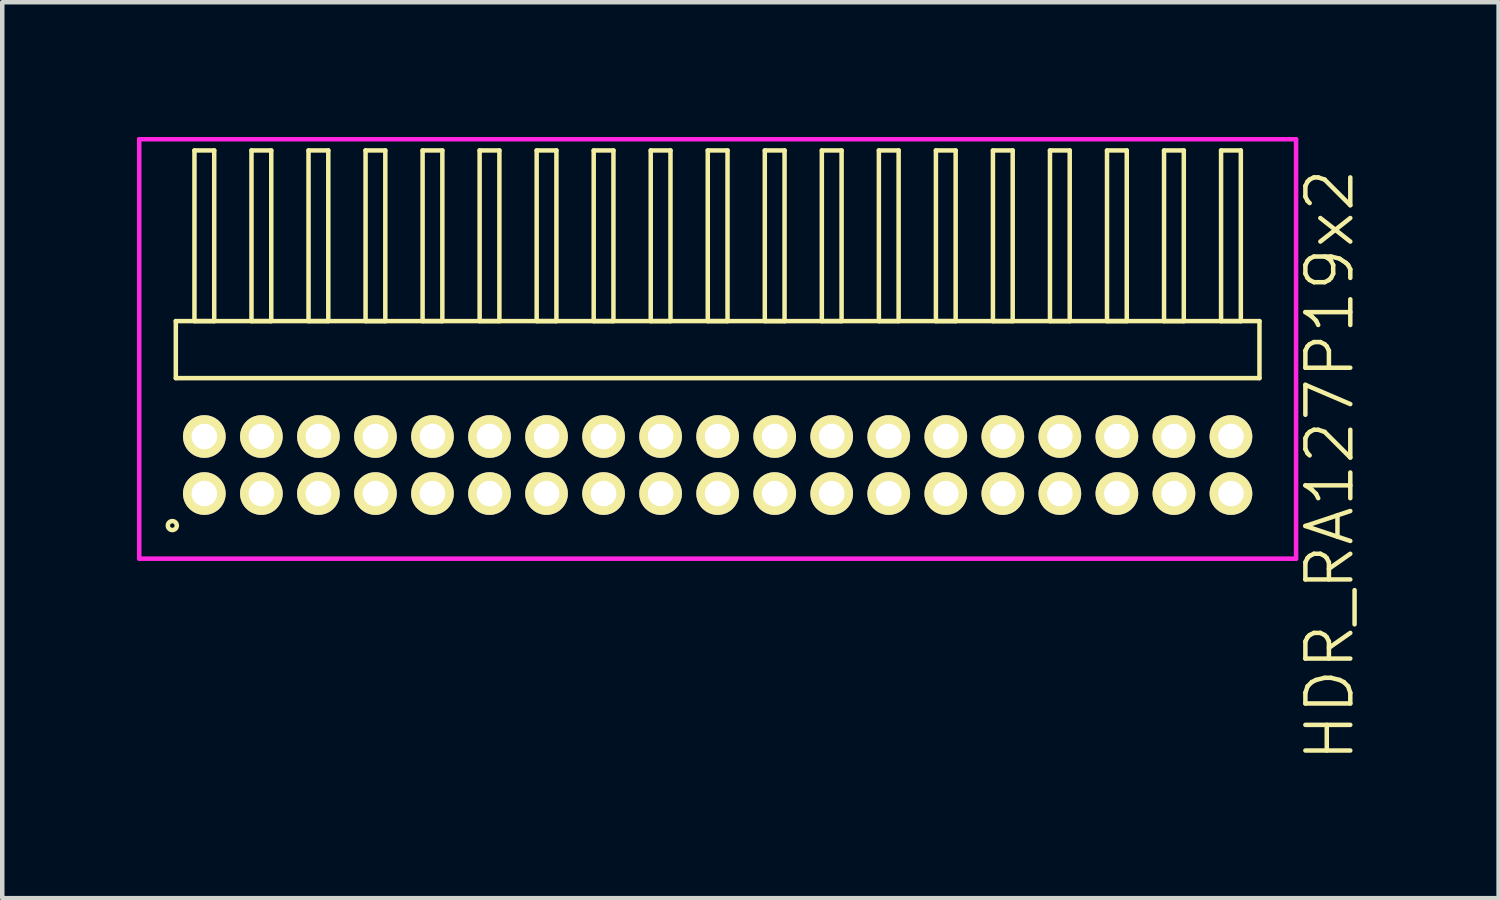
<source format=kicad_pcb>
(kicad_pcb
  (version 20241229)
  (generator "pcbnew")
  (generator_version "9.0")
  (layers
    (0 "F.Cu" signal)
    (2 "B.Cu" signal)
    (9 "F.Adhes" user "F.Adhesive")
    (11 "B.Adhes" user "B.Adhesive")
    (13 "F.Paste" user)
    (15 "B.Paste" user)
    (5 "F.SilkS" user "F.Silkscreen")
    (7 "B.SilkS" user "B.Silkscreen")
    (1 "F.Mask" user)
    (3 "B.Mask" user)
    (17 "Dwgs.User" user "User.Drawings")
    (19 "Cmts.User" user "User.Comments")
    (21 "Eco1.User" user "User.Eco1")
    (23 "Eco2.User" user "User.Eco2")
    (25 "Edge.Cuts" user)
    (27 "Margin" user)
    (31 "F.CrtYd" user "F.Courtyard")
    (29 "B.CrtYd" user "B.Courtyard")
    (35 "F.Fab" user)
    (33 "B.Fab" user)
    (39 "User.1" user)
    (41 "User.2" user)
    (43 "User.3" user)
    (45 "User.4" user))
  (footprint "HDR_RA127P19x2"
    (layer "F.Cu")
    (at 12.93 7.305)
    (property "Reference" "HDR_RA127P19x2" (at 13.63 0 90) (layer "F.SilkS") (effects (font (size 1 1) (thickness 0.1))))
    (attr through_hole)
    (fp_line (start -12.065 -3.205) (end -12.065 -1.935) (stroke (width 0.1) (type solid)) (layer "F.SilkS"))
    (fp_line (start -12.065 -1.935) (end 12.065 -1.935) (stroke (width 0.1) (type solid)) (layer "F.SilkS"))
    (fp_line (start -11.65 -7.005) (end -11.65 -3.205) (stroke (width 0.1) (type solid)) (layer "F.SilkS"))
    (fp_line (start -11.65 -3.205) (end -11.21 -3.205) (stroke (width 0.1) (type solid)) (layer "F.SilkS"))
    (fp_line (start -11.21 -7.005) (end -11.65 -7.005) (stroke (width 0.1) (type solid)) (layer "F.SilkS"))
    (fp_line (start -11.21 -3.205) (end -11.21 -7.005) (stroke (width 0.1) (type solid)) (layer "F.SilkS"))
    (fp_line (start -10.38 -7.005) (end -10.38 -3.205) (stroke (width 0.1) (type solid)) (layer "F.SilkS"))
    (fp_line (start -10.38 -3.205) (end -9.94 -3.205) (stroke (width 0.1) (type solid)) (layer "F.SilkS"))
    (fp_line (start -9.94 -7.005) (end -10.38 -7.005) (stroke (width 0.1) (type solid)) (layer "F.SilkS"))
    (fp_line (start -9.94 -3.205) (end -9.94 -7.005) (stroke (width 0.1) (type solid)) (layer "F.SilkS"))
    (fp_line (start -9.11 -7.005) (end -9.11 -3.205) (stroke (width 0.1) (type solid)) (layer "F.SilkS"))
    (fp_line (start -9.11 -3.205) (end -8.67 -3.205) (stroke (width 0.1) (type solid)) (layer "F.SilkS"))
    (fp_line (start -8.67 -7.005) (end -9.11 -7.005) (stroke (width 0.1) (type solid)) (layer "F.SilkS"))
    (fp_line (start -8.67 -3.205) (end -8.67 -7.005) (stroke (width 0.1) (type solid)) (layer "F.SilkS"))
    (fp_line (start -7.84 -7.005) (end -7.84 -3.205) (stroke (width 0.1) (type solid)) (layer "F.SilkS"))
    (fp_line (start -7.84 -3.205) (end -7.4 -3.205) (stroke (width 0.1) (type solid)) (layer "F.SilkS"))
    (fp_line (start -7.4 -7.005) (end -7.84 -7.005) (stroke (width 0.1) (type solid)) (layer "F.SilkS"))
    (fp_line (start -7.4 -3.205) (end -7.4 -7.005) (stroke (width 0.1) (type solid)) (layer "F.SilkS"))
    (fp_line (start -6.57 -7.005) (end -6.57 -3.205) (stroke (width 0.1) (type solid)) (layer "F.SilkS"))
    (fp_line (start -6.57 -3.205) (end -6.13 -3.205) (stroke (width 0.1) (type solid)) (layer "F.SilkS"))
    (fp_line (start -6.13 -7.005) (end -6.57 -7.005) (stroke (width 0.1) (type solid)) (layer "F.SilkS"))
    (fp_line (start -6.13 -3.205) (end -6.13 -7.005) (stroke (width 0.1) (type solid)) (layer "F.SilkS"))
    (fp_line (start -5.3 -7.005) (end -5.3 -3.205) (stroke (width 0.1) (type solid)) (layer "F.SilkS"))
    (fp_line (start -5.3 -3.205) (end -4.86 -3.205) (stroke (width 0.1) (type solid)) (layer "F.SilkS"))
    (fp_line (start -4.86 -7.005) (end -5.3 -7.005) (stroke (width 0.1) (type solid)) (layer "F.SilkS"))
    (fp_line (start -4.86 -3.205) (end -4.86 -7.005) (stroke (width 0.1) (type solid)) (layer "F.SilkS"))
    (fp_line (start -4.03 -7.005) (end -4.03 -3.205) (stroke (width 0.1) (type solid)) (layer "F.SilkS"))
    (fp_line (start -4.03 -3.205) (end -3.59 -3.205) (stroke (width 0.1) (type solid)) (layer "F.SilkS"))
    (fp_line (start -3.59 -7.005) (end -4.03 -7.005) (stroke (width 0.1) (type solid)) (layer "F.SilkS"))
    (fp_line (start -3.59 -3.205) (end -3.59 -7.005) (stroke (width 0.1) (type solid)) (layer "F.SilkS"))
    (fp_line (start -2.76 -7.005) (end -2.76 -3.205) (stroke (width 0.1) (type solid)) (layer "F.SilkS"))
    (fp_line (start -2.76 -3.205) (end -2.32 -3.205) (stroke (width 0.1) (type solid)) (layer "F.SilkS"))
    (fp_line (start -2.32 -7.005) (end -2.76 -7.005) (stroke (width 0.1) (type solid)) (layer "F.SilkS"))
    (fp_line (start -2.32 -3.205) (end -2.32 -7.005) (stroke (width 0.1) (type solid)) (layer "F.SilkS"))
    (fp_line (start -1.49 -7.005) (end -1.49 -3.205) (stroke (width 0.1) (type solid)) (layer "F.SilkS"))
    (fp_line (start -1.49 -3.205) (end -1.05 -3.205) (stroke (width 0.1) (type solid)) (layer "F.SilkS"))
    (fp_line (start -1.05 -7.005) (end -1.49 -7.005) (stroke (width 0.1) (type solid)) (layer "F.SilkS"))
    (fp_line (start -1.05 -3.205) (end -1.05 -7.005) (stroke (width 0.1) (type solid)) (layer "F.SilkS"))
    (fp_line (start -0.22 -7.005) (end -0.22 -3.205) (stroke (width 0.1) (type solid)) (layer "F.SilkS"))
    (fp_line (start -0.22 -3.205) (end 0.22 -3.205) (stroke (width 0.1) (type solid)) (layer "F.SilkS"))
    (fp_line (start 0.22 -7.005) (end -0.22 -7.005) (stroke (width 0.1) (type solid)) (layer "F.SilkS"))
    (fp_line (start 0.22 -3.205) (end 0.22 -7.005) (stroke (width 0.1) (type solid)) (layer "F.SilkS"))
    (fp_line (start 1.05 -7.005) (end 1.05 -3.205) (stroke (width 0.1) (type solid)) (layer "F.SilkS"))
    (fp_line (start 1.05 -3.205) (end 1.49 -3.205) (stroke (width 0.1) (type solid)) (layer "F.SilkS"))
    (fp_line (start 1.49 -7.005) (end 1.05 -7.005) (stroke (width 0.1) (type solid)) (layer "F.SilkS"))
    (fp_line (start 1.49 -3.205) (end 1.49 -7.005) (stroke (width 0.1) (type solid)) (layer "F.SilkS"))
    (fp_line (start 2.32 -7.005) (end 2.32 -3.205) (stroke (width 0.1) (type solid)) (layer "F.SilkS"))
    (fp_line (start 2.32 -3.205) (end 2.76 -3.205) (stroke (width 0.1) (type solid)) (layer "F.SilkS"))
    (fp_line (start 2.76 -7.005) (end 2.32 -7.005) (stroke (width 0.1) (type solid)) (layer "F.SilkS"))
    (fp_line (start 2.76 -3.205) (end 2.76 -7.005) (stroke (width 0.1) (type solid)) (layer "F.SilkS"))
    (fp_line (start 3.59 -7.005) (end 3.59 -3.205) (stroke (width 0.1) (type solid)) (layer "F.SilkS"))
    (fp_line (start 3.59 -3.205) (end 4.03 -3.205) (stroke (width 0.1) (type solid)) (layer "F.SilkS"))
    (fp_line (start 4.03 -7.005) (end 3.59 -7.005) (stroke (width 0.1) (type solid)) (layer "F.SilkS"))
    (fp_line (start 4.03 -3.205) (end 4.03 -7.005) (stroke (width 0.1) (type solid)) (layer "F.SilkS"))
    (fp_line (start 4.86 -7.005) (end 4.86 -3.205) (stroke (width 0.1) (type solid)) (layer "F.SilkS"))
    (fp_line (start 4.86 -3.205) (end 5.3 -3.205) (stroke (width 0.1) (type solid)) (layer "F.SilkS"))
    (fp_line (start 5.3 -7.005) (end 4.86 -7.005) (stroke (width 0.1) (type solid)) (layer "F.SilkS"))
    (fp_line (start 5.3 -3.205) (end 5.3 -7.005) (stroke (width 0.1) (type solid)) (layer "F.SilkS"))
    (fp_line (start 6.13 -7.005) (end 6.13 -3.205) (stroke (width 0.1) (type solid)) (layer "F.SilkS"))
    (fp_line (start 6.13 -3.205) (end 6.57 -3.205) (stroke (width 0.1) (type solid)) (layer "F.SilkS"))
    (fp_line (start 6.57 -7.005) (end 6.13 -7.005) (stroke (width 0.1) (type solid)) (layer "F.SilkS"))
    (fp_line (start 6.57 -3.205) (end 6.57 -7.005) (stroke (width 0.1) (type solid)) (layer "F.SilkS"))
    (fp_line (start 7.4 -7.005) (end 7.4 -3.205) (stroke (width 0.1) (type solid)) (layer "F.SilkS"))
    (fp_line (start 7.4 -3.205) (end 7.84 -3.205) (stroke (width 0.1) (type solid)) (layer "F.SilkS"))
    (fp_line (start 7.84 -7.005) (end 7.4 -7.005) (stroke (width 0.1) (type solid)) (layer "F.SilkS"))
    (fp_line (start 7.84 -3.205) (end 7.84 -7.005) (stroke (width 0.1) (type solid)) (layer "F.SilkS"))
    (fp_line (start 8.67 -7.005) (end 8.67 -3.205) (stroke (width 0.1) (type solid)) (layer "F.SilkS"))
    (fp_line (start 8.67 -3.205) (end 9.11 -3.205) (stroke (width 0.1) (type solid)) (layer "F.SilkS"))
    (fp_line (start 9.11 -7.005) (end 8.67 -7.005) (stroke (width 0.1) (type solid)) (layer "F.SilkS"))
    (fp_line (start 9.11 -3.205) (end 9.11 -7.005) (stroke (width 0.1) (type solid)) (layer "F.SilkS"))
    (fp_line (start 9.94 -7.005) (end 9.94 -3.205) (stroke (width 0.1) (type solid)) (layer "F.SilkS"))
    (fp_line (start 9.94 -3.205) (end 10.38 -3.205) (stroke (width 0.1) (type solid)) (layer "F.SilkS"))
    (fp_line (start 10.38 -7.005) (end 9.94 -7.005) (stroke (width 0.1) (type solid)) (layer "F.SilkS"))
    (fp_line (start 10.38 -3.205) (end 10.38 -7.005) (stroke (width 0.1) (type solid)) (layer "F.SilkS"))
    (fp_line (start 11.21 -7.005) (end 11.21 -3.205) (stroke (width 0.1) (type solid)) (layer "F.SilkS"))
    (fp_line (start 11.21 -3.205) (end 11.65 -3.205) (stroke (width 0.1) (type solid)) (layer "F.SilkS"))
    (fp_line (start 11.65 -7.005) (end 11.21 -7.005) (stroke (width 0.1) (type solid)) (layer "F.SilkS"))
    (fp_line (start 11.65 -3.205) (end 11.65 -7.005) (stroke (width 0.1) (type solid)) (layer "F.SilkS"))
    (fp_line (start 12.065 -3.205) (end -12.065 -3.205) (stroke (width 0.1) (type solid)) (layer "F.SilkS"))
    (fp_line (start 12.065 -1.935) (end 12.065 -3.205) (stroke (width 0.1) (type solid)) (layer "F.SilkS"))
    (fp_circle (center -12.143 1.348) (end -12.043 1.348) (stroke (width 0.1) (type solid)) (fill no) (layer "F.SilkS"))
    (fp_line (start -12.88 -7.255) (end -12.88 2.085) (stroke (width 0.1) (type solid)) (layer "F.CrtYd"))
    (fp_line (start -12.88 2.085) (end 12.88 2.085) (stroke (width 0.1) (type solid)) (layer "F.CrtYd"))
    (fp_line (start 12.88 -7.255) (end -12.88 -7.255) (stroke (width 0.1) (type solid)) (layer "F.CrtYd"))
    (fp_line (start 12.88 2.085) (end 12.88 -7.255) (stroke (width 0.1) (type solid)) (layer "F.CrtYd"))
    (pad "1" thru_hole oval (at -11.43 0.635) (size 0.95 0.95) (drill 0.57) (layers "*.Cu" "*.Mask" "F.SilkS"))
    (pad "2" thru_hole oval (at -11.43 -0.635) (size 0.95 0.95) (drill 0.57) (layers "*.Cu" "*.Mask" "F.SilkS"))
    (pad "3" thru_hole oval (at -10.16 0.635) (size 0.95 0.95) (drill 0.57) (layers "*.Cu" "*.Mask" "F.SilkS"))
    (pad "4" thru_hole oval (at -10.16 -0.635) (size 0.95 0.95) (drill 0.57) (layers "*.Cu" "*.Mask" "F.SilkS"))
    (pad "5" thru_hole oval (at -8.89 0.635) (size 0.95 0.95) (drill 0.57) (layers "*.Cu" "*.Mask" "F.SilkS"))
    (pad "6" thru_hole oval (at -8.89 -0.635) (size 0.95 0.95) (drill 0.57) (layers "*.Cu" "*.Mask" "F.SilkS"))
    (pad "7" thru_hole oval (at -7.62 0.635) (size 0.95 0.95) (drill 0.57) (layers "*.Cu" "*.Mask" "F.SilkS"))
    (pad "8" thru_hole oval (at -7.62 -0.635) (size 0.95 0.95) (drill 0.57) (layers "*.Cu" "*.Mask" "F.SilkS"))
    (pad "9" thru_hole oval (at -6.35 0.635) (size 0.95 0.95) (drill 0.57) (layers "*.Cu" "*.Mask" "F.SilkS"))
    (pad "10" thru_hole oval (at -6.35 -0.635) (size 0.95 0.95) (drill 0.57) (layers "*.Cu" "*.Mask" "F.SilkS"))
    (pad "11" thru_hole oval (at -5.08 0.635) (size 0.95 0.95) (drill 0.57) (layers "*.Cu" "*.Mask" "F.SilkS"))
    (pad "12" thru_hole oval (at -5.08 -0.635) (size 0.95 0.95) (drill 0.57) (layers "*.Cu" "*.Mask" "F.SilkS"))
    (pad "13" thru_hole oval (at -3.81 0.635) (size 0.95 0.95) (drill 0.57) (layers "*.Cu" "*.Mask" "F.SilkS"))
    (pad "14" thru_hole oval (at -3.81 -0.635) (size 0.95 0.95) (drill 0.57) (layers "*.Cu" "*.Mask" "F.SilkS"))
    (pad "15" thru_hole oval (at -2.54 0.635) (size 0.95 0.95) (drill 0.57) (layers "*.Cu" "*.Mask" "F.SilkS"))
    (pad "16" thru_hole oval (at -2.54 -0.635) (size 0.95 0.95) (drill 0.57) (layers "*.Cu" "*.Mask" "F.SilkS"))
    (pad "17" thru_hole oval (at -1.27 0.635) (size 0.95 0.95) (drill 0.57) (layers "*.Cu" "*.Mask" "F.SilkS"))
    (pad "18" thru_hole oval (at -1.27 -0.635) (size 0.95 0.95) (drill 0.57) (layers "*.Cu" "*.Mask" "F.SilkS"))
    (pad "19" thru_hole oval (at 0 0.635) (size 0.95 0.95) (drill 0.57) (layers "*.Cu" "*.Mask" "F.SilkS"))
    (pad "20" thru_hole oval (at 0 -0.635) (size 0.95 0.95) (drill 0.57) (layers "*.Cu" "*.Mask" "F.SilkS"))
    (pad "21" thru_hole oval (at 1.27 0.635) (size 0.95 0.95) (drill 0.57) (layers "*.Cu" "*.Mask" "F.SilkS"))
    (pad "22" thru_hole oval (at 1.27 -0.635) (size 0.95 0.95) (drill 0.57) (layers "*.Cu" "*.Mask" "F.SilkS"))
    (pad "23" thru_hole oval (at 2.54 0.635) (size 0.95 0.95) (drill 0.57) (layers "*.Cu" "*.Mask" "F.SilkS"))
    (pad "24" thru_hole oval (at 2.54 -0.635) (size 0.95 0.95) (drill 0.57) (layers "*.Cu" "*.Mask" "F.SilkS"))
    (pad "25" thru_hole oval (at 3.81 0.635) (size 0.95 0.95) (drill 0.57) (layers "*.Cu" "*.Mask" "F.SilkS"))
    (pad "26" thru_hole oval (at 3.81 -0.635) (size 0.95 0.95) (drill 0.57) (layers "*.Cu" "*.Mask" "F.SilkS"))
    (pad "27" thru_hole oval (at 5.08 0.635) (size 0.95 0.95) (drill 0.57) (layers "*.Cu" "*.Mask" "F.SilkS"))
    (pad "28" thru_hole oval (at 5.08 -0.635) (size 0.95 0.95) (drill 0.57) (layers "*.Cu" "*.Mask" "F.SilkS"))
    (pad "29" thru_hole oval (at 6.35 0.635) (size 0.95 0.95) (drill 0.57) (layers "*.Cu" "*.Mask" "F.SilkS"))
    (pad "30" thru_hole oval (at 6.35 -0.635) (size 0.95 0.95) (drill 0.57) (layers "*.Cu" "*.Mask" "F.SilkS"))
    (pad "31" thru_hole oval (at 7.62 0.635) (size 0.95 0.95) (drill 0.57) (layers "*.Cu" "*.Mask" "F.SilkS"))
    (pad "32" thru_hole oval (at 7.62 -0.635) (size 0.95 0.95) (drill 0.57) (layers "*.Cu" "*.Mask" "F.SilkS"))
    (pad "33" thru_hole oval (at 8.89 0.635) (size 0.95 0.95) (drill 0.57) (layers "*.Cu" "*.Mask" "F.SilkS"))
    (pad "34" thru_hole oval (at 8.89 -0.635) (size 0.95 0.95) (drill 0.57) (layers "*.Cu" "*.Mask" "F.SilkS"))
    (pad "35" thru_hole oval (at 10.16 0.635) (size 0.95 0.95) (drill 0.57) (layers "*.Cu" "*.Mask" "F.SilkS"))
    (pad "36" thru_hole oval (at 10.16 -0.635) (size 0.95 0.95) (drill 0.57) (layers "*.Cu" "*.Mask" "F.SilkS"))
    (pad "37" thru_hole oval (at 11.43 0.635) (size 0.95 0.95) (drill 0.57) (layers "*.Cu" "*.Mask" "F.SilkS"))
    (pad "38" thru_hole oval (at 11.43 -0.635) (size 0.95 0.95) (drill 0.57) (layers "*.Cu" "*.Mask" "F.SilkS")))
  (gr_rect
    (start -3 -3)
    (end 30.32 16.95)
    (stroke (width 0.1) (type default))
    (fill no)
    (layer "Edge.Cuts")))
</source>
